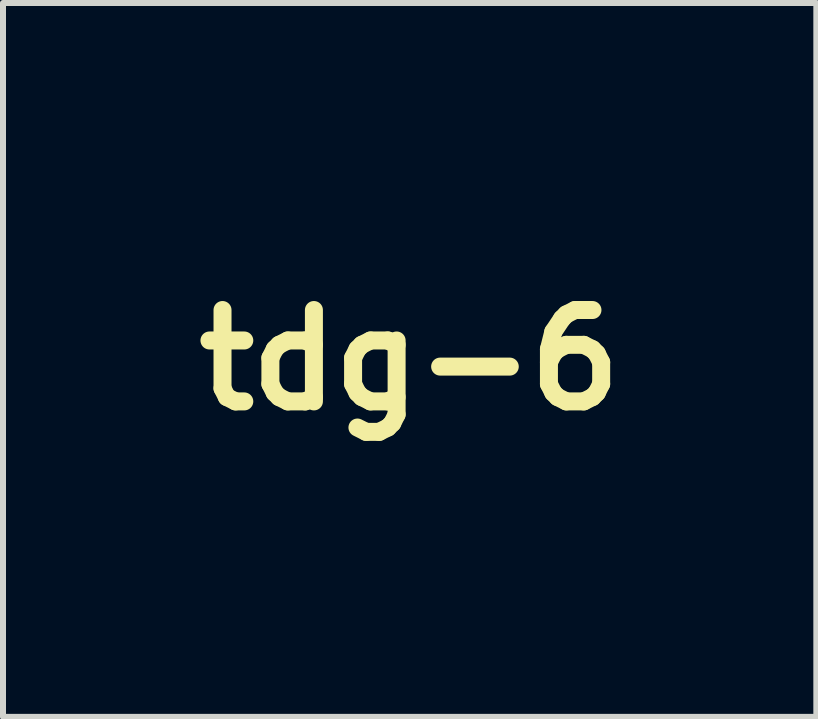
<source format=kicad_pcb>
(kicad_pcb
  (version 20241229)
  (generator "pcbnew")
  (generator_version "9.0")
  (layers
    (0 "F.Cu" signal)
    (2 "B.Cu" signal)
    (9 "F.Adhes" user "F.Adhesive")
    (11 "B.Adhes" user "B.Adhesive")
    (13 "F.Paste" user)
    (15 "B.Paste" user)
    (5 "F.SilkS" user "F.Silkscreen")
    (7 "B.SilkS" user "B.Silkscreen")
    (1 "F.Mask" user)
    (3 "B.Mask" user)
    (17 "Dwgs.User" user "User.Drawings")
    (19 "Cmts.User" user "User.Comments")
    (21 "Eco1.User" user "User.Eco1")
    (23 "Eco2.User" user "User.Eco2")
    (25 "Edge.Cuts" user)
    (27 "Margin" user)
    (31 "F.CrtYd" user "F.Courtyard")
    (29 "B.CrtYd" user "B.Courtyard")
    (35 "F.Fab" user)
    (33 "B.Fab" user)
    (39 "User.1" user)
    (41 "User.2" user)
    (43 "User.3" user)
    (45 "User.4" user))
  (footprint "tdg-6"
    (layer "F.Cu")
    (at 3.781 2.954)
    (property "Reference" "tdg-6" (at 0 0 0) (layer "F.SilkS") (effects (font (size 1.524 1.524) (thickness 0.3))))
    (attr through_hole)
    (fp_poly (pts (xy -1.901 -0.155) (xy -1.879 -0.147) (xy -1.862 -0.136) (xy -1.859 -0.132) (xy -1.843 -0.114) (xy -1.831 -0.093) (xy -1.823 -0.064) (xy -1.819 -0.028) (xy -1.818 0.021) (xy -1.82 0.083) (xy -1.824 0.149) (xy -1.855 0.537) (xy -1.898 0.925) (xy -1.953 1.318) (xy -1.985 1.511) (xy -2 1.601) (xy -2.015 1.674) (xy -2.028 1.734) (xy -2.041 1.782) (xy -2.055 1.822) (xy -2.069 1.855) (xy -2.086 1.885) (xy -2.094 1.896) (xy -2.131 1.939) (xy -2.176 1.97) (xy -2.224 1.988) (xy -2.272 1.991) (xy -2.295 1.986) (xy -2.351 1.959) (xy -2.407 1.915) (xy -2.461 1.856) (xy -2.491 1.815) (xy -2.522 1.764) (xy -2.558 1.699) (xy -2.597 1.623) (xy -2.637 1.539) (xy -2.677 1.452) (xy -2.715 1.365) (xy -2.749 1.281) (xy -2.778 1.204) (xy -2.784 1.186) (xy -2.799 1.14) (xy -2.806 1.111) (xy -2.501 1.111) (xy -2.494 1.16) (xy -2.489 1.178) (xy -2.474 1.213) (xy -2.453 1.251) (xy -2.429 1.291) (xy -2.403 1.327) (xy -2.379 1.358) (xy -2.358 1.38) (xy -2.342 1.39) (xy -2.339 1.39) (xy -2.328 1.38) (xy -2.313 1.36) (xy -2.312 1.357) (xy -2.299 1.324) (xy -2.289 1.275) (xy -2.283 1.213) (xy -2.281 1.142) (xy -2.281 1.063) (xy -2.285 0.981) (xy -2.293 0.897) (xy -2.303 0.815) (xy -2.306 0.8) (xy -2.316 0.745) (xy -2.325 0.706) (xy -2.334 0.684) (xy -2.342 0.677) (xy -2.348 0.68) (xy -2.353 0.69) (xy -2.364 0.715) (xy -2.38 0.75) (xy -2.398 0.794) (xy -2.419 0.844) (xy -2.44 0.896) (xy -2.461 0.946) (xy -2.48 0.993) (xy -2.489 1.016) (xy -2.499 1.06) (xy -2.501 1.111) (xy -2.806 1.111) (xy -2.808 1.104) (xy -2.812 1.072) (xy -2.812 1.037) (xy -2.811 1.03) (xy -2.81 1.008) (xy -2.808 0.989) (xy -2.805 0.971) (xy -2.798 0.951) (xy -2.788 0.927) (xy -2.773 0.895) (xy -2.751 0.854) (xy -2.723 0.801) (xy -2.698 0.753) (xy -2.625 0.6) (xy -2.57 0.447) (xy -2.532 0.291) (xy -2.516 0.183) (xy -2.507 0.117) (xy -2.497 0.066) (xy -2.484 0.028) (xy -2.464 -0.000288) (xy -2.434 -0.022) (xy -2.394 -0.041) (xy -2.339 -0.06) (xy -2.302 -0.071) (xy -2.205 -0.099) (xy -2.125 -0.121) (xy -2.058 -0.138) (xy -2.004 -0.15) (xy -1.961 -0.156) (xy -1.927 -0.158) (xy -1.901 -0.155)) (stroke (width 0.01) (type solid)) (fill yes) (layer "F.Mask"))
    (fp_poly (pts (xy -1.242 -2.694) (xy -1.227 -2.687) (xy -1.217 -2.675) (xy -1.212 -2.656) (xy -1.211 -2.628) (xy -1.217 -2.589) (xy -1.228 -2.538) (xy -1.245 -2.472) (xy -1.255 -2.434) (xy -1.273 -2.367) (xy -1.293 -2.29) (xy -1.313 -2.211) (xy -1.331 -2.138) (xy -1.336 -2.115) (xy -1.356 -2.03) (xy -1.373 -1.962) (xy -1.388 -1.908) (xy -1.401 -1.867) (xy -1.412 -1.837) (xy -1.422 -1.815) (xy -1.431 -1.803) (xy -1.452 -1.784) (xy -1.476 -1.779) (xy -1.507 -1.789) (xy -1.525 -1.799) (xy -1.553 -1.812) (xy -1.575 -1.814) (xy -1.588 -1.81) (xy -1.605 -1.801) (xy -1.62 -1.785) (xy -1.633 -1.761) (xy -1.646 -1.726) (xy -1.658 -1.678) (xy -1.671 -1.616) (xy -1.684 -1.537) (xy -1.688 -1.515) (xy -1.704 -1.418) (xy -1.717 -1.336) (xy -1.727 -1.267) (xy -1.736 -1.207) (xy -1.742 -1.154) (xy -1.747 -1.103) (xy -1.75 -1.052) (xy -1.752 -0.999) (xy -1.753 -0.939) (xy -1.754 -0.869) (xy -1.754 -0.787) (xy -1.754 -0.751) (xy -1.754 -0.662) (xy -1.755 -0.591) (xy -1.755 -0.534) (xy -1.756 -0.49) (xy -1.757 -0.457) (xy -1.759 -0.433) (xy -1.762 -0.417) (xy -1.765 -0.405) (xy -1.769 -0.396) (xy -1.774 -0.389) (xy -1.796 -0.365) (xy -1.822 -0.343) (xy -1.823 -0.342) (xy -1.842 -0.332) (xy -1.875 -0.317) (xy -1.92 -0.297) (xy -1.974 -0.274) (xy -2.035 -0.249) (xy -2.101 -0.223) (xy -2.168 -0.196) (xy -2.235 -0.17) (xy -2.298 -0.146) (xy -2.356 -0.124) (xy -2.405 -0.107) (xy -2.444 -0.093) (xy -2.469 -0.086) (xy -2.477 -0.085) (xy -2.507 -0.09) (xy -2.524 -0.102) (xy -2.537 -0.123) (xy -2.54 -0.137) (xy -2.536 -0.151) (xy -2.526 -0.179) (xy -2.51 -0.218) (xy -2.489 -0.266) (xy -2.466 -0.319) (xy -2.461 -0.329) (xy -2.371 -0.54) (xy -2.295 -0.746) (xy -2.231 -0.95) (xy -2.179 -1.158) (xy -2.141 -1.351) (xy -2.132 -1.407) (xy -2.127 -1.447) (xy -2.125 -1.472) (xy -2.127 -1.486) (xy -2.129 -1.489) (xy -2.141 -1.494) (xy -2.152 -1.493) (xy -2.169 -1.483) (xy -2.183 -1.472) (xy -2.227 -1.444) (xy -2.262 -1.429) (xy -2.29 -1.426) (xy -2.306 -1.431) (xy -2.333 -1.447) (xy -2.35 -1.471) (xy -2.358 -1.504) (xy -2.358 -1.548) (xy -2.349 -1.606) (xy -2.331 -1.678) (xy -2.324 -1.704) (xy -2.289 -1.818) (xy -2.252 -1.918) (xy -2.212 -2.006) (xy -2.167 -2.084) (xy -2.115 -2.155) (xy -2.054 -2.221) (xy -1.981 -2.285) (xy -1.896 -2.349) (xy -1.796 -2.416) (xy -1.746 -2.448) (xy -1.698 -2.477) (xy -1.643 -2.509) (xy -1.583 -2.542) (xy -1.521 -2.576) (xy -1.461 -2.608) (xy -1.404 -2.637) (xy -1.354 -2.661) (xy -1.313 -2.68) (xy -1.284 -2.692) (xy -1.275 -2.695) (xy -1.242 -2.694)) (stroke (width 0.01) (type solid)) (fill yes) (layer "F.Mask"))
    (fp_poly (pts (xy -0.49 -2.946) (xy -0.444 -2.94) (xy -0.427 -2.937) (xy -0.366 -2.91) (xy -0.309 -2.867) (xy -0.259 -2.811) (xy -0.218 -2.744) (xy -0.194 -2.681) (xy -0.178 -2.62) (xy -0.166 -2.549) (xy -0.157 -2.467) (xy -0.153 -2.373) (xy -0.152 -2.266) (xy -0.156 -2.144) (xy -0.163 -2.008) (xy -0.174 -1.855) (xy -0.188 -1.689) (xy -0.202 -1.524) (xy -0.213 -1.377) (xy -0.22 -1.243) (xy -0.224 -1.121) (xy -0.224 -1.009) (xy -0.22 -0.905) (xy -0.213 -0.806) (xy -0.202 -0.711) (xy -0.188 -0.618) (xy -0.175 -0.529) (xy -0.17 -0.455) (xy -0.174 -0.394) (xy -0.186 -0.342) (xy -0.208 -0.298) (xy -0.239 -0.259) (xy -0.243 -0.255) (xy -0.293 -0.217) (xy -0.353 -0.193) (xy -0.424 -0.184) (xy -0.507 -0.188) (xy -0.517 -0.189) (xy -0.54 -0.193) (xy -0.579 -0.2) (xy -0.631 -0.209) (xy -0.695 -0.221) (xy -0.768 -0.235) (xy -0.847 -0.25) (xy -0.931 -0.267) (xy -0.957 -0.272) (xy -1.059 -0.292) (xy -1.144 -0.31) (xy -1.214 -0.324) (xy -1.271 -0.337) (xy -1.315 -0.349) (xy -1.35 -0.36) (xy -1.377 -0.371) (xy -1.398 -0.382) (xy -1.413 -0.394) (xy -1.426 -0.407) (xy -1.437 -0.422) (xy -1.451 -0.447) (xy -1.462 -0.474) (xy -1.47 -0.506) (xy -1.474 -0.547) (xy -1.476 -0.6) (xy -1.477 -0.66) (xy -1.475 -0.767) (xy -1.474 -0.793) (xy -0.977 -0.793) (xy -0.972 -0.733) (xy -0.963 -0.689) (xy -0.948 -0.656) (xy -0.926 -0.632) (xy -0.91 -0.621) (xy -0.872 -0.604) (xy -0.835 -0.605) (xy -0.814 -0.613) (xy -0.795 -0.624) (xy -0.78 -0.639) (xy -0.77 -0.66) (xy -0.763 -0.691) (xy -0.758 -0.734) (xy -0.755 -0.793) (xy -0.755 -0.809) (xy -0.754 -0.875) (xy -0.754 -0.947) (xy -0.755 -1.023) (xy -0.757 -1.099) (xy -0.76 -1.174) (xy -0.764 -1.244) (xy -0.768 -1.306) (xy -0.773 -1.359) (xy -0.778 -1.398) (xy -0.783 -1.422) (xy -0.784 -1.423) (xy -0.795 -1.445) (xy -0.805 -1.457) (xy -0.807 -1.458) (xy -0.815 -1.45) (xy -0.828 -1.43) (xy -0.841 -1.403) (xy -0.893 -1.273) (xy -0.933 -1.142) (xy -0.961 -1.014) (xy -0.975 -0.892) (xy -0.977 -0.793) (xy -1.474 -0.793) (xy -1.469 -0.88) (xy -1.458 -1.001) (xy -1.443 -1.13) (xy -1.424 -1.27) (xy -1.399 -1.421) (xy -1.369 -1.584) (xy -1.334 -1.762) (xy -1.293 -1.955) (xy -1.247 -2.164) (xy -1.242 -2.187) (xy -1.216 -2.299) (xy -1.192 -2.394) (xy -1.17 -2.474) (xy -1.149 -2.542) (xy -1.128 -2.599) (xy -1.107 -2.646) (xy -1.084 -2.687) (xy -1.059 -2.723) (xy -1.032 -2.756) (xy -1.014 -2.774) (xy -0.972 -2.809) (xy -0.916 -2.845) (xy -0.852 -2.878) (xy -0.785 -2.907) (xy -0.72 -2.929) (xy -0.71 -2.931) (xy -0.662 -2.94) (xy -0.606 -2.945) (xy -0.546 -2.947) (xy -0.49 -2.946)) (stroke (width 0.01) (type solid)) (fill yes) (layer "F.Mask"))
    (fp_poly (pts (xy 1.129 0.251) (xy 1.176 0.258) (xy 1.271 0.281) (xy 1.351 0.315) (xy 1.416 0.36) (xy 1.466 0.416) (xy 1.5 0.482) (xy 1.507 0.501) (xy 1.513 0.524) (xy 1.518 0.546) (xy 1.521 0.568) (xy 1.523 0.596) (xy 1.524 0.631) (xy 1.523 0.677) (xy 1.521 0.737) (xy 1.52 0.771) (xy 1.518 0.849) (xy 1.518 0.916) (xy 1.521 0.976) (xy 1.526 1.03) (xy 1.536 1.083) (xy 1.55 1.136) (xy 1.57 1.194) (xy 1.596 1.259) (xy 1.629 1.334) (xy 1.669 1.422) (xy 1.679 1.444) (xy 1.723 1.541) (xy 1.759 1.624) (xy 1.788 1.695) (xy 1.809 1.758) (xy 1.825 1.815) (xy 1.835 1.867) (xy 1.841 1.919) (xy 1.844 1.972) (xy 1.844 1.985) (xy 1.836 2.081) (xy 1.813 2.169) (xy 1.773 2.251) (xy 1.717 2.328) (xy 1.642 2.4) (xy 1.562 2.461) (xy 1.537 2.477) (xy 1.499 2.501) (xy 1.45 2.53) (xy 1.394 2.564) (xy 1.332 2.601) (xy 1.269 2.639) (xy 1.206 2.676) (xy 1.146 2.71) (xy 1.093 2.741) (xy 1.05 2.766) (xy 1.018 2.784) (xy 1.009 2.788) (xy 0.97 2.801) (xy 0.928 2.803) (xy 0.889 2.794) (xy 0.872 2.784) (xy 0.85 2.758) (xy 0.833 2.717) (xy 0.831 2.711) (xy 0.825 2.687) (xy 0.821 2.665) (xy 0.82 2.64) (xy 0.822 2.607) (xy 0.826 2.562) (xy 0.829 2.535) (xy 0.834 2.476) (xy 0.837 2.402) (xy 0.84 2.317) (xy 0.841 2.225) (xy 0.841 2.129) (xy 0.84 2.034) (xy 0.838 1.944) (xy 0.834 1.861) (xy 0.829 1.791) (xy 0.829 1.787) (xy 0.829 1.782) (xy 1.111 1.782) (xy 1.112 1.827) (xy 1.114 1.865) (xy 1.117 1.89) (xy 1.124 1.907) (xy 1.137 1.922) (xy 1.15 1.934) (xy 1.187 1.959) (xy 1.225 1.967) (xy 1.267 1.957) (xy 1.3 1.939) (xy 1.344 1.9) (xy 1.374 1.85) (xy 1.393 1.788) (xy 1.398 1.717) (xy 1.391 1.639) (xy 1.37 1.554) (xy 1.337 1.464) (xy 1.315 1.416) (xy 1.287 1.363) (xy 1.263 1.325) (xy 1.243 1.301) (xy 1.223 1.291) (xy 1.203 1.291) (xy 1.185 1.299) (xy 1.169 1.311) (xy 1.157 1.329) (xy 1.148 1.357) (xy 1.142 1.397) (xy 1.137 1.451) (xy 1.135 1.491) (xy 1.132 1.546) (xy 1.128 1.6) (xy 1.124 1.649) (xy 1.119 1.685) (xy 1.119 1.688) (xy 1.114 1.731) (xy 1.111 1.782) (xy 0.829 1.782) (xy 0.825 1.747) (xy 0.82 1.691) (xy 0.813 1.622) (xy 0.805 1.544) (xy 0.797 1.459) (xy 0.787 1.37) (xy 0.778 1.28) (xy 0.776 1.265) (xy 0.767 1.176) (xy 0.758 1.088) (xy 0.75 1.004) (xy 0.743 0.927) (xy 0.737 0.859) (xy 0.733 0.804) (xy 0.73 0.763) (xy 0.73 0.758) (xy 0.725 0.691) (xy 0.719 0.638) (xy 0.709 0.592) (xy 0.701 0.562) (xy 0.683 0.489) (xy 0.678 0.425) (xy 0.685 0.371) (xy 0.705 0.329) (xy 0.735 0.302) (xy 0.779 0.282) (xy 0.837 0.266) (xy 0.905 0.255) (xy 0.979 0.249) (xy 1.055 0.247) (xy 1.129 0.251)) (stroke (width 0.01) (type solid)) (fill yes) (layer "F.Mask"))
    (fp_poly (pts (xy 1.294 -2.579) (xy 1.348 -2.56) (xy 1.399 -2.536) (xy 1.57 -2.442) (xy 1.734 -2.333) (xy 1.889 -2.21) (xy 2.032 -2.075) (xy 2.135 -1.96) (xy 2.195 -1.882) (xy 2.239 -1.811) (xy 2.268 -1.747) (xy 2.282 -1.69) (xy 2.28 -1.641) (xy 2.262 -1.601) (xy 2.241 -1.58) (xy 2.211 -1.566) (xy 2.173 -1.564) (xy 2.124 -1.573) (xy 2.063 -1.595) (xy 2.033 -1.608) (xy 1.991 -1.627) (xy 1.96 -1.638) (xy 1.937 -1.644) (xy 1.916 -1.644) (xy 1.902 -1.643) (xy 1.842 -1.628) (xy 1.793 -1.603) (xy 1.759 -1.569) (xy 1.74 -1.527) (xy 1.736 -1.496) (xy 1.742 -1.458) (xy 1.758 -1.415) (xy 1.78 -1.37) (xy 1.808 -1.326) (xy 1.837 -1.287) (xy 1.867 -1.256) (xy 1.895 -1.237) (xy 1.912 -1.232) (xy 1.936 -1.239) (xy 1.968 -1.258) (xy 1.99 -1.275) (xy 2.027 -1.304) (xy 2.056 -1.322) (xy 2.079 -1.329) (xy 2.1 -1.327) (xy 2.113 -1.322) (xy 2.152 -1.296) (xy 2.19 -1.252) (xy 2.225 -1.191) (xy 2.258 -1.113) (xy 2.271 -1.074) (xy 2.287 -1.017) (xy 2.294 -0.972) (xy 2.293 -0.936) (xy 2.283 -0.906) (xy 2.281 -0.903) (xy 2.267 -0.883) (xy 2.248 -0.872) (xy 2.22 -0.868) (xy 2.181 -0.872) (xy 2.127 -0.883) (xy 2.126 -0.883) (xy 2.085 -0.892) (xy 2.05 -0.898) (xy 2.024 -0.902) (xy 2.016 -0.903) (xy 1.993 -0.894) (xy 1.971 -0.869) (xy 1.951 -0.829) (xy 1.935 -0.778) (xy 1.924 -0.718) (xy 1.922 -0.709) (xy 1.924 -0.659) (xy 1.941 -0.619) (xy 1.974 -0.589) (xy 2.022 -0.57) (xy 2.086 -0.561) (xy 2.117 -0.56) (xy 2.159 -0.561) (xy 2.191 -0.564) (xy 2.219 -0.572) (xy 2.251 -0.586) (xy 2.27 -0.596) (xy 2.35 -0.644) (xy 2.415 -0.705) (xy 2.465 -0.776) (xy 2.499 -0.858) (xy 2.508 -0.893) (xy 2.525 -0.947) (xy 2.546 -0.984) (xy 2.572 -1.004) (xy 2.601 -1.005) (xy 2.634 -0.989) (xy 2.644 -0.981) (xy 2.657 -0.967) (xy 2.668 -0.949) (xy 2.678 -0.923) (xy 2.689 -0.886) (xy 2.7 -0.843) (xy 2.723 -0.748) (xy 2.741 -0.666) (xy 2.755 -0.592) (xy 2.765 -0.521) (xy 2.773 -0.449) (xy 2.775 -0.415) (xy 2.78 -0.335) (xy 2.779 -0.27) (xy 2.773 -0.219) (xy 2.76 -0.18) (xy 2.74 -0.15) (xy 2.712 -0.127) (xy 2.682 -0.111) (xy 2.637 -0.092) (xy 2.582 -0.071) (xy 2.514 -0.047) (xy 2.432 -0.02) (xy 2.336 0.012) (xy 2.223 0.048) (xy 2.206 0.054) (xy 2.113 0.082) (xy 2.035 0.105) (xy 1.971 0.122) (xy 1.918 0.133) (xy 1.874 0.139) (xy 1.837 0.14) (xy 1.805 0.136) (xy 1.778 0.129) (xy 1.741 0.109) (xy 1.703 0.076) (xy 1.668 0.034) (xy 1.642 -0.012) (xy 1.637 -0.024) (xy 1.63 -0.044) (xy 1.624 -0.065) (xy 1.62 -0.089) (xy 1.617 -0.121) (xy 1.614 -0.161) (xy 1.611 -0.214) (xy 1.608 -0.282) (xy 1.608 -0.301) (xy 1.599 -0.484) (xy 1.585 -0.652) (xy 1.567 -0.81) (xy 1.542 -0.96) (xy 1.511 -1.106) (xy 1.472 -1.253) (xy 1.425 -1.403) (xy 1.369 -1.561) (xy 1.342 -1.633) (xy 1.324 -1.683) (xy 1.308 -1.739) (xy 1.295 -1.792) (xy 1.293 -1.802) (xy 1.277 -1.887) (xy 1.259 -1.975) (xy 1.24 -2.061) (xy 1.221 -2.142) (xy 1.203 -2.216) (xy 1.187 -2.278) (xy 1.172 -2.325) (xy 1.171 -2.328) (xy 1.149 -2.399) (xy 1.136 -2.454) (xy 1.132 -2.497) (xy 1.137 -2.53) (xy 1.151 -2.554) (xy 1.174 -2.572) (xy 1.177 -2.573) (xy 1.211 -2.586) (xy 1.249 -2.588) (xy 1.294 -2.579)) (stroke (width 0.01) (type solid)) (fill yes) (layer "F.Mask"))
    (fp_poly (pts (xy -0.149 -0.062) (xy -0.093 -0.058) (xy -0.039 -0.05) (xy -0.000143 -0.042) (xy 0.069 -0.02) (xy 0.143 0.014) (xy 0.218 0.057) (xy 0.292 0.106) (xy 0.36 0.16) (xy 0.421 0.216) (xy 0.47 0.272) (xy 0.504 0.325) (xy 0.505 0.328) (xy 0.523 0.378) (xy 0.531 0.437) (xy 0.528 0.506) (xy 0.516 0.587) (xy 0.505 0.635) (xy 0.481 0.757) (xy 0.466 0.877) (xy 0.461 1) (xy 0.467 1.129) (xy 0.481 1.268) (xy 0.495 1.355) (xy 0.505 1.412) (xy 0.519 1.479) (xy 0.537 1.556) (xy 0.559 1.645) (xy 0.585 1.748) (xy 0.616 1.865) (xy 0.648 1.98) (xy 0.676 2.084) (xy 0.699 2.173) (xy 0.719 2.247) (xy 0.734 2.31) (xy 0.745 2.363) (xy 0.754 2.409) (xy 0.76 2.449) (xy 0.763 2.486) (xy 0.765 2.522) (xy 0.765 2.549) (xy 0.764 2.6) (xy 0.761 2.638) (xy 0.755 2.669) (xy 0.745 2.7) (xy 0.744 2.704) (xy 0.709 2.767) (xy 0.66 2.819) (xy 0.596 2.86) (xy 0.518 2.89) (xy 0.489 2.897) (xy 0.462 2.901) (xy 0.418 2.906) (xy 0.363 2.912) (xy 0.298 2.918) (xy 0.228 2.924) (xy 0.155 2.929) (xy 0.083 2.934) (xy 0.014 2.938) (xy -0.047 2.941) (xy -0.098 2.943) (xy -0.132 2.944) (xy -0.174 2.943) (xy -0.211 2.94) (xy -0.237 2.937) (xy -0.245 2.936) (xy -0.304 2.908) (xy -0.357 2.864) (xy -0.4 2.806) (xy -0.42 2.768) (xy -0.441 2.711) (xy -0.463 2.638) (xy -0.483 2.551) (xy -0.503 2.454) (xy -0.522 2.348) (xy -0.539 2.237) (xy -0.554 2.124) (xy -0.558 2.082) (xy -0.119 2.082) (xy -0.116 2.123) (xy -0.107 2.154) (xy -0.093 2.175) (xy -0.079 2.187) (xy -0.057 2.197) (xy -0.023 2.207) (xy 0.017 2.217) (xy 0.057 2.225) (xy 0.09 2.229) (xy 0.091 2.229) (xy 0.111 2.223) (xy 0.135 2.209) (xy 0.141 2.205) (xy 0.176 2.165) (xy 0.202 2.111) (xy 0.219 2.049) (xy 0.221 2.032) (xy 0.223 1.991) (xy 0.221 1.938) (xy 0.217 1.876) (xy 0.211 1.809) (xy 0.203 1.74) (xy 0.193 1.673) (xy 0.183 1.611) (xy 0.172 1.559) (xy 0.161 1.52) (xy 0.154 1.503) (xy 0.141 1.482) (xy 0.118 1.454) (xy 0.09 1.422) (xy 0.076 1.406) (xy 0.046 1.374) (xy 0.021 1.341) (xy 0.004 1.314) (xy -0.000486 1.305) (xy -0.014 1.28) (xy -0.028 1.271) (xy -0.04 1.28) (xy -0.046 1.291) (xy -0.048 1.306) (xy -0.052 1.337) (xy -0.056 1.381) (xy -0.061 1.436) (xy -0.066 1.498) (xy -0.07 1.552) (xy -0.075 1.623) (xy -0.08 1.693) (xy -0.086 1.758) (xy -0.091 1.814) (xy -0.096 1.857) (xy -0.099 1.877) (xy -0.11 1.961) (xy -0.117 2.029) (xy -0.119 2.082) (xy -0.558 2.082) (xy -0.566 2.01) (xy -0.577 1.899) (xy -0.584 1.794) (xy -0.587 1.697) (xy -0.587 1.61) (xy -0.583 1.537) (xy -0.583 1.534) (xy -0.578 1.487) (xy -0.573 1.446) (xy -0.568 1.406) (xy -0.561 1.365) (xy -0.552 1.318) (xy -0.54 1.263) (xy -0.525 1.196) (xy -0.508 1.119) (xy -0.487 1.025) (xy -0.47 0.946) (xy -0.456 0.88) (xy -0.446 0.825) (xy -0.439 0.777) (xy -0.435 0.735) (xy -0.432 0.695) (xy -0.431 0.655) (xy -0.431 0.654) (xy -0.432 0.605) (xy -0.435 0.568) (xy -0.442 0.536) (xy -0.453 0.501) (xy -0.455 0.495) (xy -0.47 0.45) (xy -0.478 0.407) (xy -0.479 0.362) (xy -0.472 0.313) (xy -0.458 0.257) (xy -0.435 0.189) (xy -0.412 0.128) (xy -0.382 0.059) (xy -0.352 0.007) (xy -0.322 -0.029) (xy -0.289 -0.052) (xy -0.276 -0.057) (xy -0.245 -0.062) (xy -0.201 -0.064) (xy -0.149 -0.062)) (stroke (width 0.01) (type solid)) (fill yes) (layer "F.Mask"))
    (fp_poly (pts (xy 2.792 -0.035) (xy 2.805 -0.027) (xy 2.814 -0.01) (xy 2.819 0.017) (xy 2.821 0.058) (xy 2.82 0.114) (xy 2.818 0.146) (xy 2.808 0.281) (xy 2.786 0.407) (xy 2.753 0.528) (xy 2.707 0.652) (xy 2.661 0.751) (xy 2.629 0.819) (xy 2.607 0.874) (xy 2.594 0.919) (xy 2.589 0.955) (xy 2.593 0.986) (xy 2.599 1.003) (xy 2.61 1.031) (xy 2.626 1.068) (xy 2.639 1.1) (xy 2.657 1.159) (xy 2.661 1.217) (xy 2.648 1.277) (xy 2.628 1.327) (xy 2.615 1.349) (xy 2.593 1.385) (xy 2.563 1.431) (xy 2.526 1.485) (xy 2.485 1.544) (xy 2.441 1.606) (xy 2.423 1.632) (xy 2.376 1.698) (xy 2.329 1.764) (xy 2.284 1.827) (xy 2.243 1.885) (xy 2.209 1.934) (xy 2.184 1.972) (xy 2.178 1.98) (xy 2.138 2.039) (xy 2.105 2.083) (xy 2.076 2.114) (xy 2.049 2.133) (xy 2.023 2.143) (xy 2.001 2.145) (xy 1.969 2.141) (xy 1.941 2.133) (xy 1.937 2.131) (xy 1.916 2.115) (xy 1.905 2.1) (xy 1.902 2.086) (xy 1.899 2.056) (xy 1.896 2.014) (xy 1.893 1.965) (xy 1.891 1.942) (xy 1.884 1.8) (xy 1.82 1.655) (xy 1.786 1.576) (xy 1.76 1.512) (xy 1.74 1.462) (xy 1.728 1.424) (xy 1.723 1.397) (xy 1.723 1.38) (xy 1.728 1.37) (xy 1.729 1.37) (xy 1.742 1.37) (xy 1.768 1.377) (xy 1.804 1.388) (xy 1.846 1.401) (xy 1.892 1.417) (xy 1.936 1.433) (xy 1.975 1.449) (xy 2.006 1.462) (xy 2.025 1.472) (xy 2.028 1.475) (xy 2.04 1.5) (xy 2.036 1.528) (xy 2.024 1.553) (xy 2.012 1.577) (xy 2.012 1.6) (xy 2.016 1.615) (xy 2.029 1.644) (xy 2.048 1.671) (xy 2.048 1.671) (xy 2.065 1.686) (xy 2.079 1.688) (xy 2.089 1.684) (xy 2.117 1.659) (xy 2.138 1.622) (xy 2.15 1.578) (xy 2.15 1.533) (xy 2.146 1.514) (xy 2.132 1.485) (xy 2.11 1.46) (xy 2.075 1.437) (xy 2.026 1.415) (xy 1.979 1.398) (xy 1.918 1.377) (xy 1.872 1.358) (xy 1.836 1.339) (xy 1.806 1.319) (xy 1.779 1.294) (xy 1.768 1.283) (xy 1.741 1.251) (xy 1.717 1.215) (xy 1.696 1.175) (xy 1.677 1.128) (xy 1.661 1.073) (xy 1.645 1.007) (xy 1.631 0.929) (xy 1.616 0.836) (xy 1.602 0.728) (xy 1.594 0.667) (xy 1.582 0.558) (xy 1.572 0.466) (xy 1.567 0.389) (xy 1.566 0.328) (xy 1.569 0.28) (xy 1.577 0.244) (xy 1.591 0.218) (xy 1.61 0.202) (xy 1.636 0.194) (xy 1.668 0.193) (xy 1.707 0.198) (xy 1.733 0.203) (xy 1.784 0.211) (xy 1.828 0.214) (xy 1.871 0.212) (xy 1.919 0.203) (xy 1.975 0.189) (xy 2.027 0.177) (xy 2.069 0.174) (xy 2.099 0.181) (xy 2.119 0.2) (xy 2.13 0.23) (xy 2.131 0.275) (xy 2.124 0.333) (xy 2.109 0.408) (xy 2.101 0.442) (xy 2.09 0.49) (xy 2.083 0.529) (xy 2.08 0.566) (xy 2.08 0.609) (xy 2.082 0.649) (xy 2.086 0.712) (xy 2.092 0.761) (xy 2.102 0.799) (xy 2.116 0.829) (xy 2.135 0.857) (xy 2.138 0.86) (xy 2.158 0.882) (xy 2.178 0.891) (xy 2.206 0.894) (xy 2.206 0.894) (xy 2.239 0.89) (xy 2.266 0.878) (xy 2.289 0.855) (xy 2.31 0.818) (xy 2.332 0.765) (xy 2.336 0.754) (xy 2.353 0.704) (xy 2.368 0.651) (xy 2.381 0.604) (xy 2.385 0.586) (xy 2.395 0.504) (xy 2.391 0.43) (xy 2.371 0.364) (xy 2.338 0.308) (xy 2.294 0.266) (xy 2.26 0.237) (xy 2.243 0.208) (xy 2.241 0.176) (xy 2.243 0.165) (xy 2.246 0.154) (xy 2.252 0.145) (xy 2.262 0.137) (xy 2.28 0.128) (xy 2.307 0.119) (xy 2.346 0.107) (xy 2.399 0.092) (xy 2.439 0.081) (xy 2.521 0.057) (xy 2.591 0.033) (xy 2.648 0.011) (xy 2.67 0.000272) (xy 2.708 -0.017) (xy 2.743 -0.031) (xy 2.769 -0.037) (xy 2.774 -0.038) (xy 2.792 -0.035)) (stroke (width 0.01) (type solid)) (fill yes) (layer "F.Mask"))
    (fp_poly (pts (xy -1.427 -0.283) (xy -1.363 -0.273) (xy -1.285 -0.255) (xy -1.232 -0.241) (xy -1.151 -0.221) (xy -1.078 -0.204) (xy -1.009 -0.19) (xy -0.936 -0.178) (xy -0.856 -0.167) (xy -0.764 -0.156) (xy -0.692 -0.146) (xy -0.636 -0.135) (xy -0.593 -0.12) (xy -0.56 -0.102) (xy -0.534 -0.078) (xy -0.513 -0.046) (xy -0.506 -0.033) (xy -0.496 -0.007) (xy -0.491 0.025) (xy -0.493 0.063) (xy -0.5 0.11) (xy -0.515 0.17) (xy -0.536 0.243) (xy -0.544 0.268) (xy -0.566 0.34) (xy -0.584 0.398) (xy -0.598 0.446) (xy -0.61 0.488) (xy -0.62 0.528) (xy -0.629 0.569) (xy -0.639 0.616) (xy -0.644 0.636) (xy -0.67 0.785) (xy -0.69 0.952) (xy -0.704 1.134) (xy -0.711 1.333) (xy -0.712 1.546) (xy -0.707 1.774) (xy -0.696 2.015) (xy -0.678 2.27) (xy -0.672 2.34) (xy -0.659 2.503) (xy -0.611 2.606) (xy -0.582 2.674) (xy -0.562 2.728) (xy -0.551 2.771) (xy -0.55 2.805) (xy -0.558 2.833) (xy -0.576 2.856) (xy -0.596 2.873) (xy -0.623 2.885) (xy -0.665 2.893) (xy -0.715 2.895) (xy -0.769 2.893) (xy -0.824 2.886) (xy -0.837 2.883) (xy -0.885 2.871) (xy -0.941 2.856) (xy -1 2.838) (xy -1.059 2.82) (xy -1.113 2.802) (xy -1.159 2.785) (xy -1.191 2.772) (xy -1.197 2.769) (xy -1.248 2.738) (xy -1.293 2.699) (xy -1.327 2.658) (xy -1.337 2.639) (xy -1.35 2.593) (xy -1.353 2.535) (xy -1.346 2.465) (xy -1.331 2.389) (xy -1.316 2.317) (xy -1.309 2.258) (xy -1.31 2.212) (xy -1.319 2.175) (xy -1.324 2.164) (xy -1.351 2.128) (xy -1.388 2.102) (xy -1.43 2.089) (xy -1.471 2.091) (xy -1.481 2.094) (xy -1.5 2.11) (xy -1.515 2.139) (xy -1.523 2.175) (xy -1.524 2.191) (xy -1.521 2.218) (xy -1.512 2.255) (xy -1.5 2.296) (xy -1.496 2.305) (xy -1.474 2.374) (xy -1.464 2.43) (xy -1.465 2.475) (xy -1.479 2.511) (xy -1.504 2.54) (xy -1.515 2.548) (xy -1.555 2.564) (xy -1.606 2.566) (xy -1.664 2.554) (xy -1.73 2.529) (xy -1.8 2.491) (xy -1.875 2.442) (xy -1.952 2.381) (xy -2.021 2.319) (xy -2.081 2.259) (xy -2.127 2.207) (xy -2.157 2.165) (xy -2.172 2.132) (xy -2.173 2.121) (xy -2.168 2.101) (xy -2.154 2.075) (xy -2.15 2.069) (xy -2.122 2.03) (xy -2.099 1.996) (xy -2.078 1.962) (xy -2.06 1.928) (xy -2.043 1.891) (xy -2.026 1.849) (xy -2.01 1.801) (xy -1.993 1.743) (xy -1.985 1.718) (xy -1.429 1.718) (xy -1.427 1.759) (xy -1.422 1.789) (xy -1.415 1.811) (xy -1.404 1.827) (xy -1.39 1.839) (xy -1.389 1.84) (xy -1.362 1.852) (xy -1.339 1.847) (xy -1.314 1.826) (xy -1.313 1.825) (xy -1.3 1.807) (xy -1.29 1.787) (xy -1.281 1.761) (xy -1.273 1.726) (xy -1.266 1.68) (xy -1.257 1.619) (xy -1.255 1.599) (xy -1.25 1.549) (xy -1.246 1.489) (xy -1.244 1.422) (xy -1.242 1.352) (xy -1.242 1.281) (xy -1.243 1.212) (xy -1.245 1.146) (xy -1.248 1.088) (xy -1.251 1.04) (xy -1.256 1.004) (xy -1.262 0.984) (xy -1.263 0.981) (xy -1.276 0.972) (xy -1.288 0.973) (xy -1.302 0.982) (xy -1.321 0.998) (xy -1.338 1.023) (xy -1.353 1.056) (xy -1.367 1.102) (xy -1.38 1.16) (xy -1.394 1.234) (xy -1.407 1.317) (xy -1.412 1.36) (xy -1.417 1.417) (xy -1.422 1.481) (xy -1.425 1.547) (xy -1.427 1.592) (xy -1.429 1.663) (xy -1.429 1.718) (xy -1.985 1.718) (xy -1.974 1.675) (xy -1.952 1.593) (xy -1.928 1.496) (xy -1.914 1.441) (xy -1.875 1.283) (xy -1.841 1.141) (xy -1.811 1.013) (xy -1.787 0.896) (xy -1.766 0.79) (xy -1.75 0.691) (xy -1.737 0.598) (xy -1.727 0.508) (xy -1.72 0.42) (xy -1.715 0.332) (xy -1.713 0.241) (xy -1.712 0.174) (xy -1.711 0.09) (xy -1.709 0.021) (xy -1.704 -0.035) (xy -1.697 -0.082) (xy -1.686 -0.122) (xy -1.672 -0.159) (xy -1.664 -0.176) (xy -1.644 -0.213) (xy -1.624 -0.238) (xy -1.597 -0.258) (xy -1.592 -0.261) (xy -1.559 -0.276) (xy -1.523 -0.285) (xy -1.479 -0.287) (xy -1.427 -0.283)) (stroke (width 0.01) (type solid)) (fill yes) (layer "F.Mask"))
    (fp_poly (pts (xy 0.225 -2.945) (xy 0.273 -2.932) (xy 0.316 -2.909) (xy 0.351 -2.88) (xy 0.381 -2.848) (xy 0.407 -2.812) (xy 0.431 -2.77) (xy 0.451 -2.72) (xy 0.469 -2.66) (xy 0.485 -2.59) (xy 0.5 -2.506) (xy 0.513 -2.409) (xy 0.526 -2.296) (xy 0.536 -2.197) (xy 0.547 -2.092) (xy 0.557 -2.003) (xy 0.567 -1.926) (xy 0.579 -1.86) (xy 0.592 -1.801) (xy 0.608 -1.746) (xy 0.628 -1.693) (xy 0.651 -1.637) (xy 0.679 -1.577) (xy 0.701 -1.533) (xy 0.73 -1.477) (xy 0.761 -1.422) (xy 0.792 -1.369) (xy 0.822 -1.323) (xy 0.849 -1.283) (xy 0.871 -1.254) (xy 0.888 -1.237) (xy 0.898 -1.233) (xy 0.898 -1.234) (xy 0.898 -1.244) (xy 0.896 -1.268) (xy 0.893 -1.301) (xy 0.892 -1.308) (xy 0.88 -1.382) (xy 0.861 -1.473) (xy 0.833 -1.581) (xy 0.797 -1.706) (xy 0.757 -1.834) (xy 0.717 -1.963) (xy 0.685 -2.077) (xy 0.659 -2.178) (xy 0.639 -2.268) (xy 0.625 -2.35) (xy 0.616 -2.425) (xy 0.613 -2.496) (xy 0.614 -2.564) (xy 0.615 -2.577) (xy 0.622 -2.658) (xy 0.636 -2.722) (xy 0.655 -2.77) (xy 0.68 -2.802) (xy 0.712 -2.819) (xy 0.74 -2.822) (xy 0.789 -2.813) (xy 0.834 -2.786) (xy 0.876 -2.741) (xy 0.913 -2.679) (xy 0.946 -2.6) (xy 0.968 -2.526) (xy 0.978 -2.488) (xy 0.985 -2.45) (xy 0.992 -2.411) (xy 0.996 -2.368) (xy 1 -2.318) (xy 1.003 -2.261) (xy 1.004 -2.193) (xy 1.005 -2.112) (xy 1.005 -2.017) (xy 1.004 -1.918) (xy 1.002 -1.538) (xy 1.027 -1.435) (xy 1.041 -1.378) (xy 1.058 -1.323) (xy 1.077 -1.266) (xy 1.1 -1.206) (xy 1.128 -1.138) (xy 1.163 -1.061) (xy 1.204 -0.972) (xy 1.239 -0.898) (xy 1.289 -0.794) (xy 1.331 -0.705) (xy 1.365 -0.627) (xy 1.394 -0.559) (xy 1.418 -0.498) (xy 1.439 -0.442) (xy 1.456 -0.388) (xy 1.47 -0.339) (xy 1.482 -0.29) (xy 1.49 -0.25) (xy 1.495 -0.212) (xy 1.498 -0.168) (xy 1.499 -0.114) (xy 1.5 -0.099) (xy 1.5 -0.045) (xy 1.499 -0.006) (xy 1.497 0.021) (xy 1.492 0.042) (xy 1.486 0.059) (xy 1.48 0.072) (xy 1.462 0.102) (xy 1.442 0.125) (xy 1.418 0.142) (xy 1.388 0.155) (xy 1.348 0.163) (xy 1.297 0.167) (xy 1.232 0.168) (xy 1.151 0.167) (xy 1.148 0.167) (xy 1.074 0.165) (xy 1.017 0.162) (xy 0.972 0.158) (xy 0.937 0.152) (xy 0.91 0.143) (xy 0.886 0.133) (xy 0.865 0.12) (xy 0.836 0.097) (xy 0.815 0.073) (xy 0.801 0.042) (xy 0.793 0.002) (xy 0.788 -0.053) (xy 0.787 -0.063) (xy 0.782 -0.135) (xy 0.771 -0.223) (xy 0.756 -0.328) (xy 0.736 -0.448) (xy 0.712 -0.582) (xy 0.695 -0.668) (xy 0.67 -0.794) (xy 0.646 -0.904) (xy 0.624 -0.998) (xy 0.603 -1.078) (xy 0.581 -1.146) (xy 0.56 -1.202) (xy 0.539 -1.25) (xy 0.516 -1.29) (xy 0.506 -1.305) (xy 0.475 -1.35) (xy 0.472 -1.317) (xy 0.471 -1.284) (xy 0.474 -1.235) (xy 0.48 -1.173) (xy 0.489 -1.1) (xy 0.5 -1.019) (xy 0.513 -0.933) (xy 0.527 -0.844) (xy 0.543 -0.754) (xy 0.559 -0.667) (xy 0.576 -0.586) (xy 0.588 -0.529) (xy 0.619 -0.395) (xy 0.644 -0.277) (xy 0.664 -0.175) (xy 0.68 -0.088) (xy 0.691 -0.014) (xy 0.697 0.047) (xy 0.699 0.097) (xy 0.697 0.136) (xy 0.69 0.166) (xy 0.679 0.187) (xy 0.668 0.199) (xy 0.638 0.213) (xy 0.597 0.216) (xy 0.551 0.208) (xy 0.513 0.194) (xy 0.485 0.179) (xy 0.449 0.155) (xy 0.409 0.127) (xy 0.381 0.105) (xy 0.336 0.071) (xy 0.282 0.033) (xy 0.228 -0.002) (xy 0.2 -0.021) (xy 0.156 -0.047) (xy 0.112 -0.074) (xy 0.073 -0.098) (xy 0.051 -0.111) (xy 0.017 -0.135) (xy -0.007 -0.159) (xy -0.024 -0.188) (xy -0.033 -0.225) (xy -0.038 -0.274) (xy -0.039 -0.333) (xy -0.037 -0.418) (xy -0.033 -0.521) (xy -0.028 -0.639) (xy -0.02 -0.773) (xy -0.011 -0.92) (xy 0.000027 -1.079) (xy 0.005 -1.143) (xy 0.014 -1.267) (xy 0.022 -1.374) (xy 0.028 -1.467) (xy 0.033 -1.549) (xy 0.038 -1.62) (xy 0.041 -1.684) (xy 0.044 -1.743) (xy 0.046 -1.798) (xy 0.047 -1.853) (xy 0.048 -1.91) (xy 0.048 -1.97) (xy 0.048 -2.036) (xy 0.048 -2.037) (xy 0.047 -2.172) (xy 0.044 -2.292) (xy 0.039 -2.4) (xy 0.032 -2.5) (xy 0.022 -2.595) (xy 0.019 -2.62) (xy 0.01 -2.711) (xy 0.012 -2.788) (xy 0.022 -2.85) (xy 0.041 -2.897) (xy 0.068 -2.928) (xy 0.089 -2.94) (xy 0.113 -2.946) (xy 0.146 -2.949) (xy 0.165 -2.949) (xy 0.225 -2.945)) (stroke (width 0.01) (type solid)) (fill yes) (layer "F.Mask")))
  (gr_rect
    (start -3 -3)
    (end 10.562 8.903)
    (stroke (width 0.1) (type default))
    (fill no)
    (layer "Edge.Cuts")))
</source>
